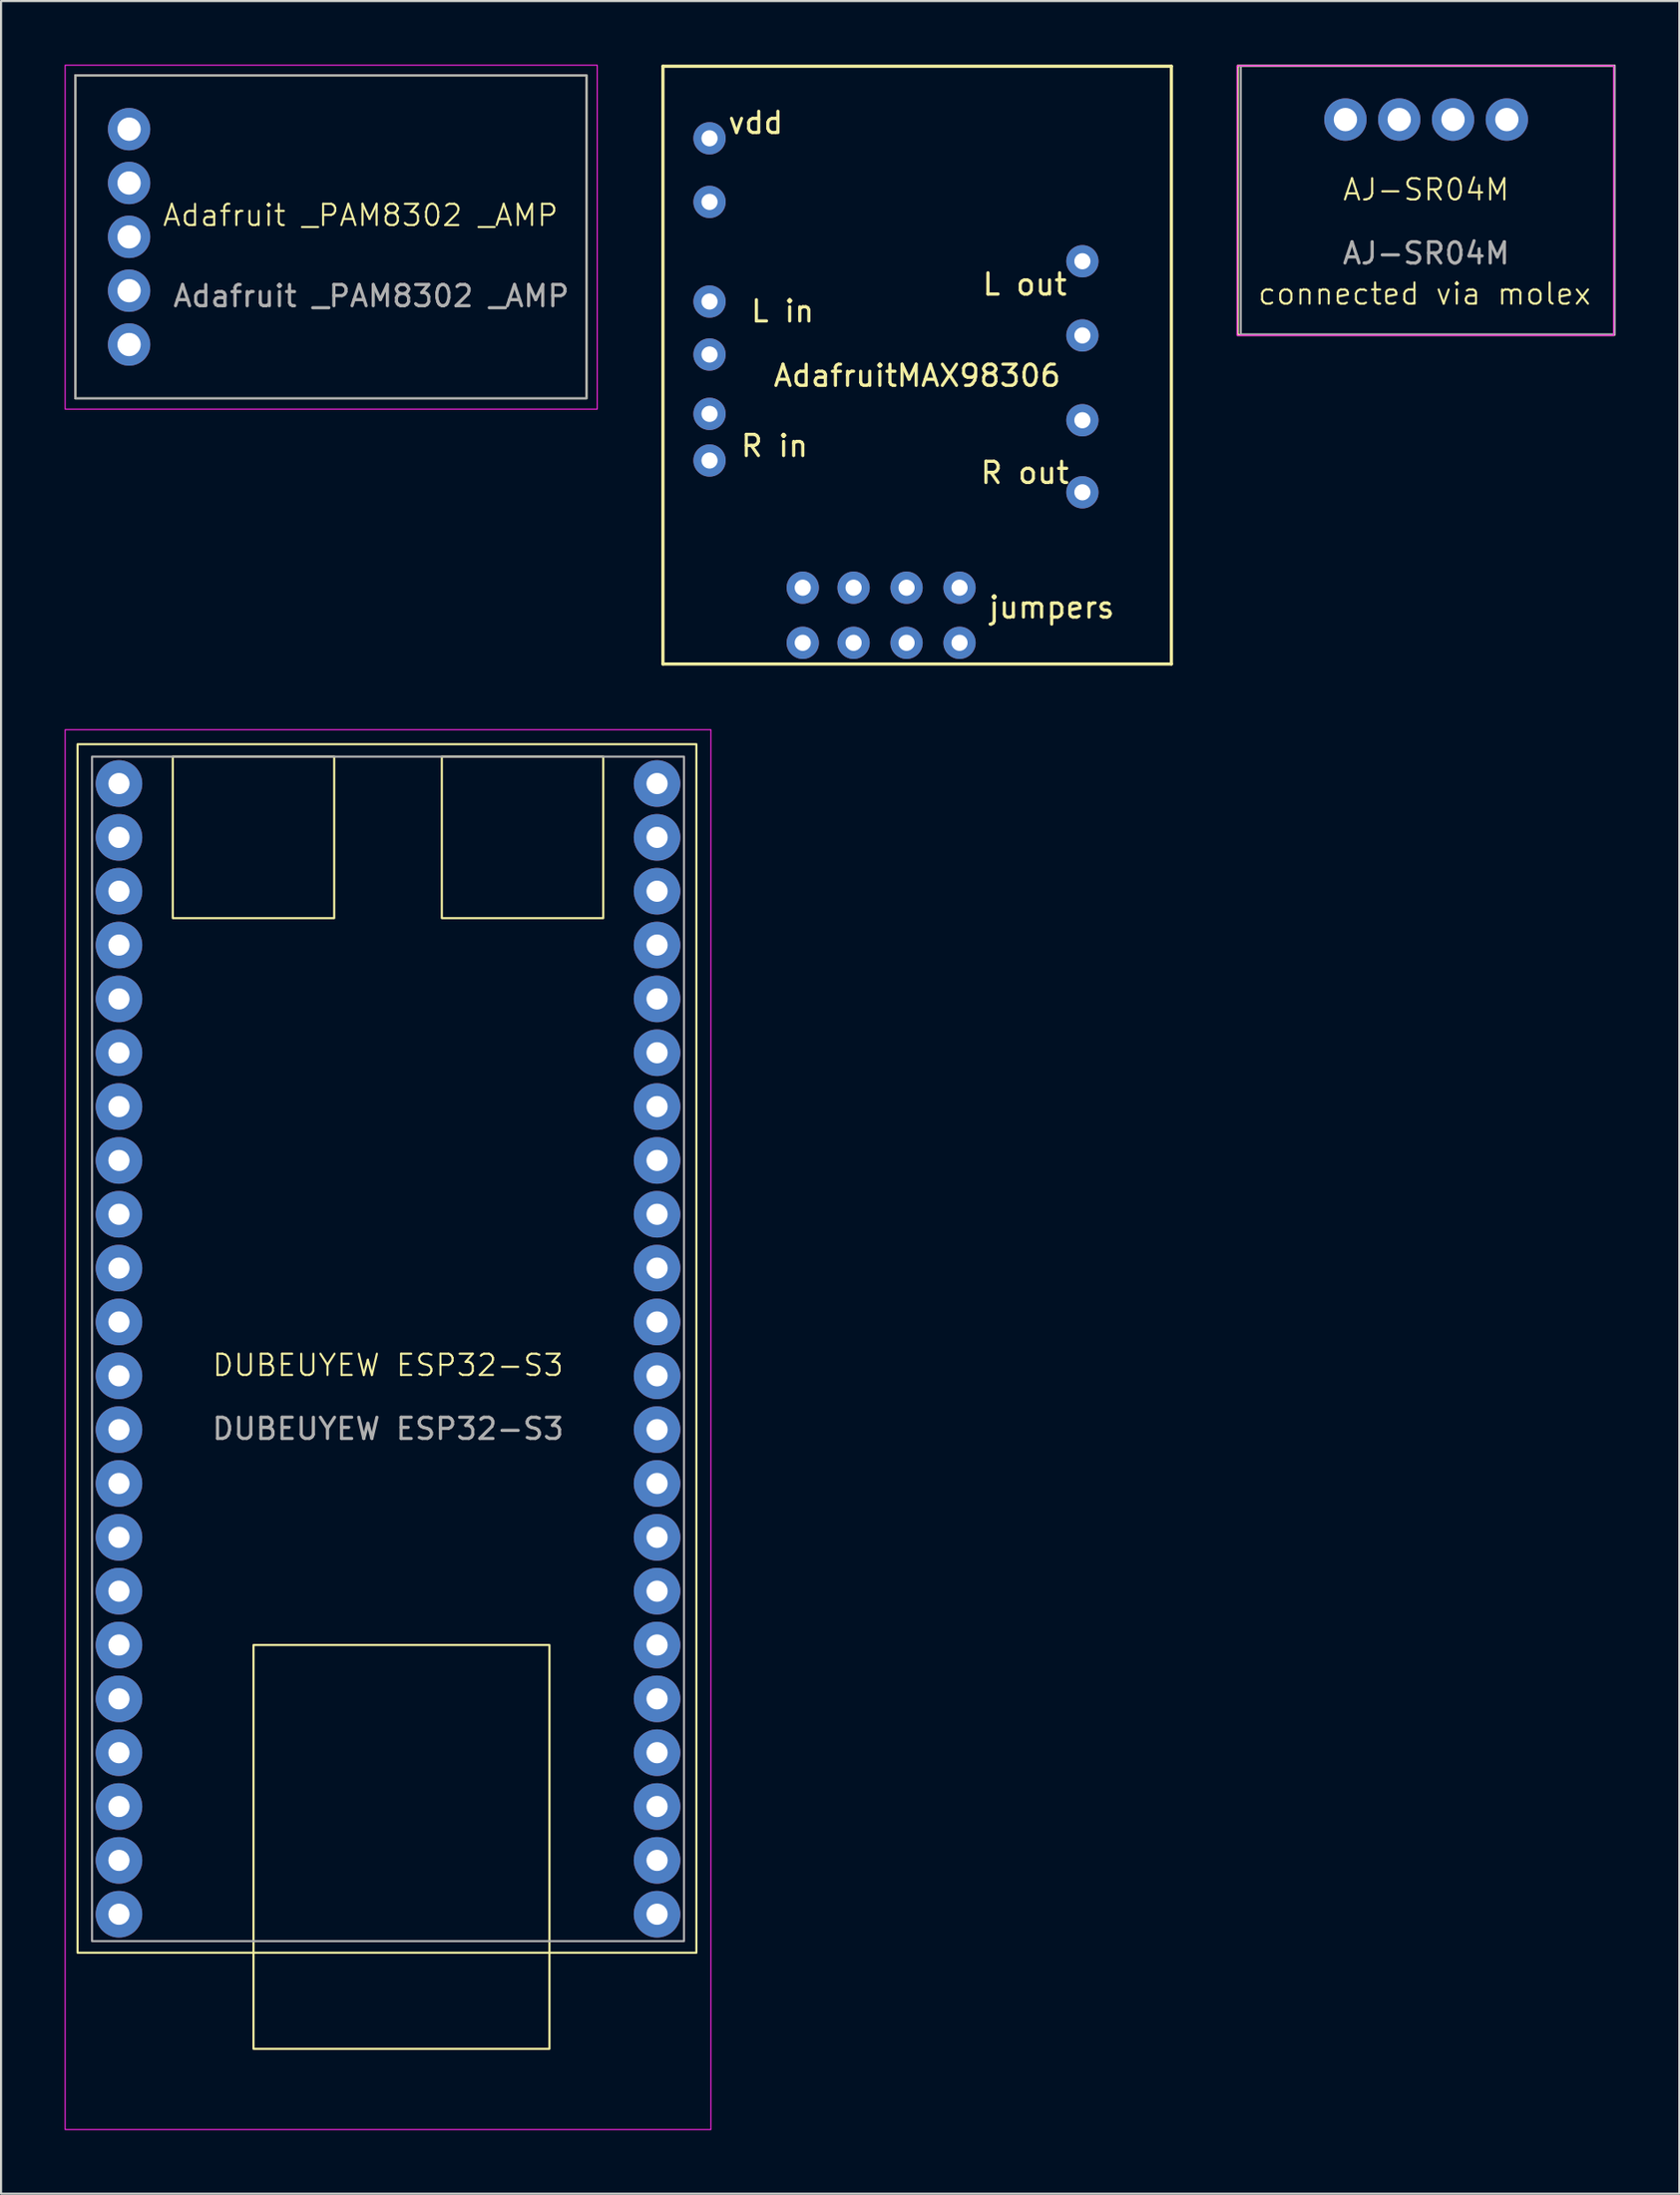
<source format=kicad_pcb>
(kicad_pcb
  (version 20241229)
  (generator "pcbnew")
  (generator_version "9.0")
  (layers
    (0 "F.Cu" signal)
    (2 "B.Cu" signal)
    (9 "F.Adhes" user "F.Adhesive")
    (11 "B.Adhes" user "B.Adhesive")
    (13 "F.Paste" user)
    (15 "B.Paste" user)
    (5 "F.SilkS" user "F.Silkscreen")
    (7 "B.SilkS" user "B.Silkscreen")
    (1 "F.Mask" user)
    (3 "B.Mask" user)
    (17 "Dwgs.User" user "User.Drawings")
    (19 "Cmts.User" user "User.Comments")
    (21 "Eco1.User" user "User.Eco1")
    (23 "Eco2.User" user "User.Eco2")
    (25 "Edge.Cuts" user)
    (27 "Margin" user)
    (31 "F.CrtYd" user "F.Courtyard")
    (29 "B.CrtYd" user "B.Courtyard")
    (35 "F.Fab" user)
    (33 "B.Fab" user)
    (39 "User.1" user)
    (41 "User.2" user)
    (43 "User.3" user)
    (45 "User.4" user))
  (footprint "AdafruitMAX98306"
    (layer "F.Cu")
    (at 40.241 14.175)
    (property "Reference" "AdafruitMAX98306" (at 0 0.5 0) (layer "F.SilkS") (effects (font (size 1 1) (thickness 0.15))))
    (attr through_hole)
    (fp_line (start -12 -14.1) (end -12 14.1) (stroke (width 0.15) (type solid)) (layer "F.SilkS"))
    (fp_line (start -12 -14.1) (end 12 -14.1) (stroke (width 0.15) (type solid)) (layer "F.SilkS"))
    (fp_line (start -12 14.1) (end 12 14.1) (stroke (width 0.15) (type solid)) (layer "F.SilkS"))
    (fp_line (start 12 -14.1) (end 12 14.1) (stroke (width 0.15) (type solid)) (layer "F.SilkS"))
    (fp_text user "vdd" (at -7.62 -11.43 0) (layer "F.SilkS") (effects (font (size 1 1) (thickness 0.15))))
    (fp_text user "L in" (at -6.35 -2.54 0) (layer "F.SilkS") (effects (font (size 1 1) (thickness 0.15))))
    (fp_text user "jumpers" (at 6.35 11.43 0) (layer "F.SilkS") (effects (font (size 1 1) (thickness 0.15))))
    (fp_text user "L out" (at 5.08 -3.81 0) (layer "F.SilkS") (effects (font (size 1 1) (thickness 0.15))))
    (fp_text user "R out" (at 5.08 5.08 0) (layer "F.SilkS") (effects (font (size 1 1) (thickness 0.15))))
    (fp_text user "R in " (at -6.35 3.81 0) (layer "F.SilkS") (effects (font (size 1 1) (thickness 0.15))))
    (pad "1" thru_hole circle (at -9.8 -10.7) (size 1.524 1.524) (drill 0.762) (layers "*.Cu" "*.Mask"))
    (pad "2" thru_hole circle (at -9.8 -7.7) (size 1.524 1.524) (drill 0.762) (layers "*.Cu" "*.Mask"))
    (pad "3" thru_hole circle (at -9.8 -3) (size 1.524 1.524) (drill 0.762) (layers "*.Cu" "*.Mask"))
    (pad "4" thru_hole circle (at -9.8 -0.5) (size 1.524 1.524) (drill 0.762) (layers "*.Cu" "*.Mask"))
    (pad "5" thru_hole circle (at -9.8 2.3) (size 1.524 1.524) (drill 0.762) (layers "*.Cu" "*.Mask"))
    (pad "6" thru_hole circle (at -9.8 4.5) (size 1.524 1.524) (drill 0.762) (layers "*.Cu" "*.Mask"))
    (pad "7" thru_hole circle (at -5.4 10.5) (size 1.524 1.524) (drill 0.762) (layers "*.Cu" "*.Mask"))
    (pad "8" thru_hole circle (at -5.4 13.1) (size 1.524 1.524) (drill 0.762) (layers "*.Cu" "*.Mask"))
    (pad "9" thru_hole circle (at -3 10.5) (size 1.524 1.524) (drill 0.762) (layers "*.Cu" "*.Mask"))
    (pad "10" thru_hole circle (at -3 13.1) (size 1.524 1.524) (drill 0.762) (layers "*.Cu" "*.Mask"))
    (pad "11" thru_hole circle (at -0.5 10.5) (size 1.524 1.524) (drill 0.762) (layers "*.Cu" "*.Mask"))
    (pad "12" thru_hole circle (at -0.5 13.1) (size 1.524 1.524) (drill 0.762) (layers "*.Cu" "*.Mask"))
    (pad "13" thru_hole circle (at 2 10.5) (size 1.524 1.524) (drill 0.762) (layers "*.Cu" "*.Mask"))
    (pad "14" thru_hole circle (at 2 13.1) (size 1.524 1.524) (drill 0.762) (layers "*.Cu" "*.Mask"))
    (pad "15" thru_hole circle (at 7.8 6) (size 1.524 1.524) (drill 0.762) (layers "*.Cu" "*.Mask"))
    (pad "16" thru_hole circle (at 7.8 2.6) (size 1.524 1.524) (drill 0.762) (layers "*.Cu" "*.Mask"))
    (pad "17" thru_hole circle (at 7.8 -1.4) (size 1.524 1.524) (drill 0.762) (layers "*.Cu" "*.Mask"))
    (pad "18" thru_hole circle (at 7.8 -4.9) (size 1.524 1.524) (drill 0.762) (layers "*.Cu" "*.Mask")))
  (footprint "Adafruit _PAM8302 _AMP"
    (layer "F.Cu")
    (at 15.743 8.123)
    (property "Reference" "Adafruit _PAM8302 _AMP" (at -1.778 -1.016 0) (unlocked yes) (layer "F.SilkS") (effects (font (size 1 1) (thickness 0.1))))
    (attr through_hole)
    (fp_rect (start -15.24 -7.62) (end 8.89 7.62) (stroke (width 0.1) (type default)) (fill no) (layer "F.SilkS"))
    (fp_rect (start -15.718 -8.098) (end 9.398 8.128) (stroke (width 0.05) (type default)) (fill no) (layer "F.CrtYd"))
    (fp_rect (start -15.24 -7.62) (end 8.89 7.62) (stroke (width 0.1) (type default)) (fill no) (layer "F.Fab"))
    (fp_text user "${REFERENCE}" (at -1.27 2.794 0) (unlocked yes) (layer "F.Fab") (effects (font (size 1 1) (thickness 0.15))))
    (pad "1" thru_hole circle (at -12.7 5.08) (size 2 2) (drill 1.1) (layers "*.Cu" "*.Mask"))
    (pad "2" thru_hole circle (at -12.7 2.54) (size 2 2) (drill 1.1) (layers "*.Cu" "*.Mask"))
    (pad "3" thru_hole circle (at -12.7 0) (size 2 2) (drill 1.1) (layers "*.Cu" "*.Mask"))
    (pad "4" thru_hole circle (at -12.7 -2.54) (size 2 2) (drill 1.1) (layers "*.Cu" "*.Mask"))
    (pad "5" thru_hole circle (at -12.7 -5.08) (size 2 2) (drill 1.1) (layers "*.Cu" "*.Mask")))
  (footprint "DUBEUYEW ESP32-S3"
    (layer "F.Cu")
    (at 15.265 61.855)
    (property "Reference" "DUBEUYEW ESP32-S3" (at 0 -0.5 0) (unlocked yes) (layer "F.SilkS") (effects (font (size 1 1) (thickness 0.1))))
    (attr smd)
    (fp_rect (start -14.653 -29.796) (end 14.556 27.217) (stroke (width 0.1) (type default)) (fill no) (layer "F.SilkS"))
    (fp_rect (start -10.16 -29.21) (end -2.54 -21.59) (stroke (width 0.1) (type default)) (fill no) (layer "F.SilkS"))
    (fp_rect (start -6.35 12.7) (end 7.62 31.75) (stroke (width 0.1) (type default)) (fill no) (layer "F.SilkS"))
    (fp_rect (start 2.54 -29.21) (end 10.16 -21.59) (stroke (width 0.1) (type default)) (fill no) (layer "F.SilkS"))
    (fp_rect (start -15.24 -30.48) (end 15.24 35.56) (stroke (width 0.05) (type default)) (fill no) (layer "F.CrtYd"))
    (fp_rect (start -13.97 -29.21) (end 13.97 26.67) (stroke (width 0.1) (type default)) (fill no) (layer "F.Fab"))
    (fp_text user "${REFERENCE}" (at 0 2.5 0) (unlocked yes) (layer "F.Fab") (effects (font (size 1 1) (thickness 0.15))))
    (pad "1" thru_hole circle (at -12.7 -27.94) (size 2.2 2.2) (drill 1) (layers "*.Cu" "*.Mask"))
    (pad "2" thru_hole circle (at -12.7 -25.4) (size 2.2 2.2) (drill 1) (layers "*.Cu" "*.Mask"))
    (pad "3" thru_hole circle (at -12.7 -22.86) (size 2.2 2.2) (drill 1) (layers "*.Cu" "*.Mask"))
    (pad "4" thru_hole circle (at -12.7 -20.32) (size 2.2 2.2) (drill 1) (layers "*.Cu" "*.Mask"))
    (pad "5" thru_hole circle (at -12.7 -17.78) (size 2.2 2.2) (drill 1) (layers "*.Cu" "*.Mask"))
    (pad "6" thru_hole circle (at -12.7 -15.24) (size 2.2 2.2) (drill 1) (layers "*.Cu" "*.Mask"))
    (pad "7" thru_hole circle (at -12.7 -12.7) (size 2.2 2.2) (drill 1) (layers "*.Cu" "*.Mask"))
    (pad "8" thru_hole circle (at -12.7 -10.16) (size 2.2 2.2) (drill 1) (layers "*.Cu" "*.Mask"))
    (pad "9" thru_hole circle (at -12.7 -7.62) (size 2.2 2.2) (drill 1) (layers "*.Cu" "*.Mask"))
    (pad "10" thru_hole circle (at -12.7 -5.08) (size 2.2 2.2) (drill 1) (layers "*.Cu" "*.Mask"))
    (pad "11" thru_hole circle (at -12.7 -2.54) (size 2.2 2.2) (drill 1) (layers "*.Cu" "*.Mask"))
    (pad "12" thru_hole circle (at -12.7 0) (size 2.2 2.2) (drill 1) (layers "*.Cu" "*.Mask"))
    (pad "13" thru_hole circle (at -12.7 2.54) (size 2.2 2.2) (drill 1) (layers "*.Cu" "*.Mask"))
    (pad "14" thru_hole circle (at -12.7 5.08) (size 2.2 2.2) (drill 1) (layers "*.Cu" "*.Mask"))
    (pad "15" thru_hole circle (at -12.7 7.62) (size 2.2 2.2) (drill 1) (layers "*.Cu" "*.Mask"))
    (pad "16" thru_hole circle (at -12.7 10.16) (size 2.2 2.2) (drill 1) (layers "*.Cu" "*.Mask"))
    (pad "17" thru_hole circle (at -12.7 12.7) (size 2.2 2.2) (drill 1) (layers "*.Cu" "*.Mask"))
    (pad "18" thru_hole circle (at -12.7 15.24) (size 2.2 2.2) (drill 1) (layers "*.Cu" "*.Mask"))
    (pad "19" thru_hole circle (at -12.7 17.78) (size 2.2 2.2) (drill 1) (layers "*.Cu" "*.Mask"))
    (pad "20" thru_hole circle (at -12.7 20.32) (size 2.2 2.2) (drill 1) (layers "*.Cu" "*.Mask"))
    (pad "21" thru_hole circle (at -12.7 22.86) (size 2.2 2.2) (drill 1) (layers "*.Cu" "*.Mask"))
    (pad "22" thru_hole circle (at -12.7 25.4) (size 2.2 2.2) (drill 1) (layers "*.Cu" "*.Mask"))
    (pad "23" thru_hole circle (at 12.7 -27.94) (size 2.2 2.2) (drill 1) (layers "*.Cu" "*.Mask"))
    (pad "24" thru_hole circle (at 12.7 -25.4) (size 2.2 2.2) (drill 1) (layers "*.Cu" "*.Mask"))
    (pad "25" thru_hole circle (at 12.7 -22.86) (size 2.2 2.2) (drill 1) (layers "*.Cu" "*.Mask"))
    (pad "26" thru_hole circle (at 12.7 -20.32) (size 2.2 2.2) (drill 1) (layers "*.Cu" "*.Mask"))
    (pad "27" thru_hole circle (at 12.7 -17.78) (size 2.2 2.2) (drill 1) (layers "*.Cu" "*.Mask"))
    (pad "28" thru_hole circle (at 12.7 -15.24) (size 2.2 2.2) (drill 1) (layers "*.Cu" "*.Mask"))
    (pad "29" thru_hole circle (at 12.7 -12.7) (size 2.2 2.2) (drill 1) (layers "*.Cu" "*.Mask"))
    (pad "30" thru_hole circle (at 12.7 -10.16) (size 2.2 2.2) (drill 1) (layers "*.Cu" "*.Mask"))
    (pad "31" thru_hole circle (at 12.7 -7.62) (size 2.2 2.2) (drill 1) (layers "*.Cu" "*.Mask"))
    (pad "32" thru_hole circle (at 12.7 -5.08) (size 2.2 2.2) (drill 1) (layers "*.Cu" "*.Mask"))
    (pad "33" thru_hole circle (at 12.7 -2.54) (size 2.2 2.2) (drill 1) (layers "*.Cu" "*.Mask"))
    (pad "34" thru_hole circle (at 12.7 0) (size 2.2 2.2) (drill 1) (layers "*.Cu" "*.Mask"))
    (pad "35" thru_hole circle (at 12.7 2.54) (size 2.2 2.2) (drill 1) (layers "*.Cu" "*.Mask"))
    (pad "36" thru_hole circle (at 12.7 5.08) (size 2.2 2.2) (drill 1) (layers "*.Cu" "*.Mask"))
    (pad "37" thru_hole circle (at 12.7 7.62) (size 2.2 2.2) (drill 1) (layers "*.Cu" "*.Mask"))
    (pad "38" thru_hole circle (at 12.7 10.16) (size 2.2 2.2) (drill 1) (layers "*.Cu" "*.Mask"))
    (pad "39" thru_hole circle (at 12.7 12.7) (size 2.2 2.2) (drill 1) (layers "*.Cu" "*.Mask"))
    (pad "40" thru_hole circle (at 12.7 15.24) (size 2.2 2.2) (drill 1) (layers "*.Cu" "*.Mask"))
    (pad "41" thru_hole circle (at 12.7 17.78) (size 2.2 2.2) (drill 1) (layers "*.Cu" "*.Mask"))
    (pad "42" thru_hole circle (at 12.7 20.32) (size 2.2 2.2) (drill 1) (layers "*.Cu" "*.Mask"))
    (pad "43" thru_hole circle (at 12.7 22.86) (size 2.2 2.2) (drill 1) (layers "*.Cu" "*.Mask"))
    (pad "44" thru_hole circle (at 12.7 25.4) (size 2.2 2.2) (drill 1) (layers "*.Cu" "*.Mask")))
  (footprint "AJ-SR04M"
    (layer "F.Cu")
    (at 64.266 6.4)
    (property "Reference" "AJ-SR04M" (at 0 -0.5 0) (unlocked yes) (layer "F.SilkS") (effects (font (size 1 1) (thickness 0.1))))
    (attr through_hole)
    (fp_rect (start -8.89 -6.35) (end 8.89 6.35) (stroke (width 0.1) (type default)) (fill no) (layer "F.SilkS"))
    (fp_rect (start -8.925 -6.35) (end 8.85 6.375) (stroke (width 0.05) (type default)) (fill no) (layer "F.CrtYd"))
    (fp_rect (start -8.75 -6.35) (end 8.9 6.325) (stroke (width 0.1) (type default)) (fill no) (layer "F.Fab"))
    (fp_text user "connected via molex" (at -8 5 0) (unlocked yes) (layer "F.SilkS") (effects (font (size 1 1) (thickness 0.1)) (justify left bottom)))
    (fp_text user "${REFERENCE}" (at 0 2.5 0) (unlocked yes) (layer "F.Fab") (effects (font (size 1 1) (thickness 0.15))))
    (pad "1" thru_hole circle (at -3.81 -3.81) (size 2 2) (drill 1.1) (layers "*.Cu" "*.Mask"))
    (pad "2" thru_hole circle (at -1.27 -3.81) (size 2 2) (drill 1.1) (layers "*.Cu" "*.Mask"))
    (pad "3" thru_hole circle (at 1.27 -3.81) (size 2 2) (drill 1.1) (layers "*.Cu" "*.Mask"))
    (pad "4" thru_hole circle (at 3.81 -3.81) (size 2 2) (drill 1.1) (layers "*.Cu" "*.Mask")))
  (gr_rect
    (start -3 -3)
    (end 76.216 100.44)
    (stroke (width 0.1) (type default))
    (fill no)
    (layer "Edge.Cuts")))
</source>
